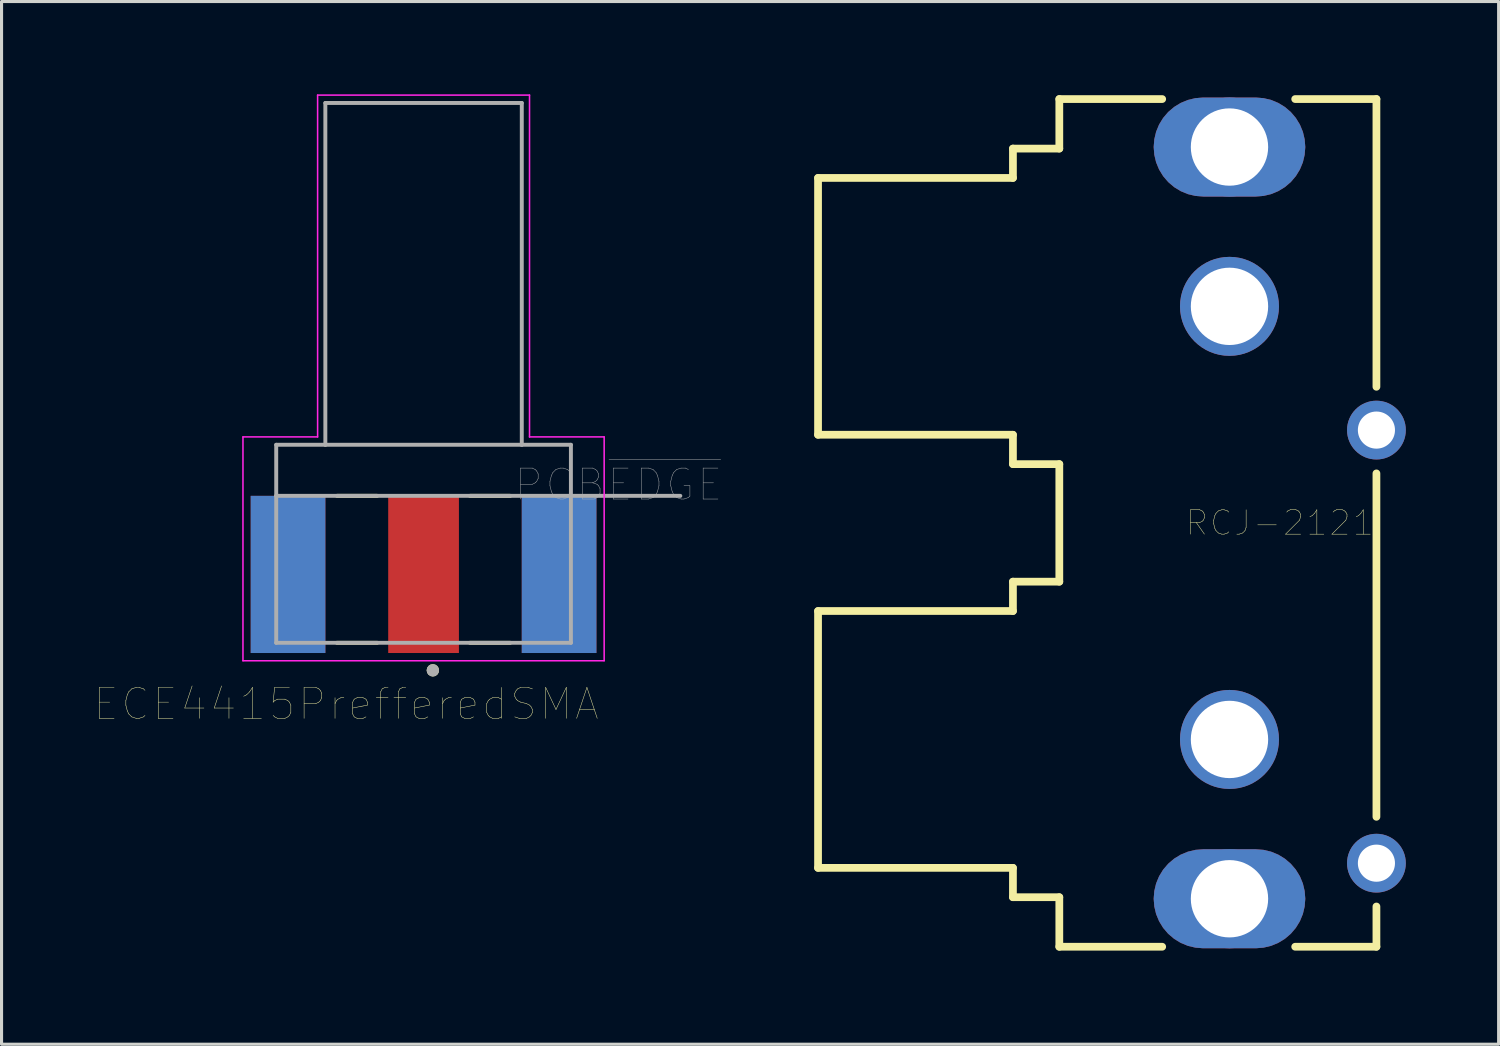
<source format=kicad_pcb>
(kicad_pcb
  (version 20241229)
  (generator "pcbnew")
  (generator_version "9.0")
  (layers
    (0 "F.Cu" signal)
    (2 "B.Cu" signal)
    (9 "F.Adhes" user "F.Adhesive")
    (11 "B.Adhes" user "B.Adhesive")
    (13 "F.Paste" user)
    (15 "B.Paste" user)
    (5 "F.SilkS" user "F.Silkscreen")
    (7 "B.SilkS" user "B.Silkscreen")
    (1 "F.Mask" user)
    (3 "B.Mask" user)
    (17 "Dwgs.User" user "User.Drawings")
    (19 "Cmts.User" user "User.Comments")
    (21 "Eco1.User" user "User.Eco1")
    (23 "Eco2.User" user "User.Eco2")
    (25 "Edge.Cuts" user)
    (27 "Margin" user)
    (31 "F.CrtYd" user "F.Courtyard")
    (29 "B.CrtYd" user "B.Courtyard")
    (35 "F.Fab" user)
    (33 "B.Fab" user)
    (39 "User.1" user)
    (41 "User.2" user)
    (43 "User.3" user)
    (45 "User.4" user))
  (footprint "ECE4415PrefferedSMA"
    (layer "F.Cu")
    (at 10.642 15.519)
    (property "Reference" "ECE4415PrefferedSMA" (at -2.505 4.19 0) (layer "F.SilkS") (effects (font (size 1 1) (thickness 0.015))))
    (attr through_hole)
    (fp_line (start -2.8 -2.54) (end -1.5 -2.54) (stroke (width 0.127) (type solid)) (layer "F.SilkS"))
    (fp_line (start -2.8 2.21) (end -1.5 2.21) (stroke (width 0.127) (type solid)) (layer "F.SilkS"))
    (fp_line (start 1.5 -2.54) (end 2.8 -2.54) (stroke (width 0.127) (type solid)) (layer "F.SilkS"))
    (fp_line (start 1.5 2.21) (end 2.8 2.21) (stroke (width 0.127) (type solid)) (layer "F.SilkS"))
    (fp_circle (center 0.3 3.1) (end 0.4 3.1) (stroke (width 0.2) (type solid)) (fill no) (layer "F.SilkS"))
    (fp_line (start -5.838 -4.445) (end -3.425 -4.445) (stroke (width 0.05) (type solid)) (layer "F.CrtYd"))
    (fp_line (start -5.838 2.79) (end -5.838 -4.445) (stroke (width 0.05) (type solid)) (layer "F.CrtYd"))
    (fp_line (start -3.425 -15.494) (end 3.425 -15.494) (stroke (width 0.05) (type solid)) (layer "F.CrtYd"))
    (fp_line (start -3.425 -4.445) (end -3.425 -15.494) (stroke (width 0.05) (type solid)) (layer "F.CrtYd"))
    (fp_line (start 3.425 -15.494) (end 3.425 -4.445) (stroke (width 0.05) (type solid)) (layer "F.CrtYd"))
    (fp_line (start 3.425 -4.445) (end 5.838 -4.445) (stroke (width 0.05) (type solid)) (layer "F.CrtYd"))
    (fp_line (start 5.838 -4.445) (end 5.838 2.79) (stroke (width 0.05) (type solid)) (layer "F.CrtYd"))
    (fp_line (start 5.838 2.79) (end -5.838 2.79) (stroke (width 0.05) (type solid)) (layer "F.CrtYd"))
    (fp_line (start -4.763 -4.191) (end -4.763 -2.54) (stroke (width 0.127) (type solid)) (layer "F.Fab"))
    (fp_line (start -4.763 -4.191) (end -3.175 -4.191) (stroke (width 0.127) (type solid)) (layer "F.Fab"))
    (fp_line (start -4.763 -2.54) (end 4.763 -2.54) (stroke (width 0.127) (type solid)) (layer "F.Fab"))
    (fp_line (start -4.763 2.21) (end -4.763 -2.54) (stroke (width 0.127) (type solid)) (layer "F.Fab"))
    (fp_line (start -3.175 -15.24) (end 3.175 -15.24) (stroke (width 0.127) (type solid)) (layer "F.Fab"))
    (fp_line (start -3.175 -4.191) (end -3.175 -15.24) (stroke (width 0.127) (type solid)) (layer "F.Fab"))
    (fp_line (start -3.175 -4.191) (end 3.175 -4.191) (stroke (width 0.127) (type solid)) (layer "F.Fab"))
    (fp_line (start 3.175 -15.24) (end 3.175 -4.191) (stroke (width 0.127) (type solid)) (layer "F.Fab"))
    (fp_line (start 3.175 -4.191) (end 4.763 -4.191) (stroke (width 0.127) (type solid)) (layer "F.Fab"))
    (fp_line (start 4.763 -4.191) (end 4.763 -2.54) (stroke (width 0.127) (type solid)) (layer "F.Fab"))
    (fp_line (start 4.763 -2.54) (end 4.763 2.21) (stroke (width 0.127) (type solid)) (layer "F.Fab"))
    (fp_line (start 4.763 2.21) (end -4.763 2.21) (stroke (width 0.127) (type solid)) (layer "F.Fab"))
    (fp_line (start 4.8 -2.54) (end 8.3 -2.54) (stroke (width 0.127) (type solid)) (layer "F.Fab"))
    (fp_circle (center 0.3 3.1) (end 0.4 3.1) (stroke (width 0.2) (type solid)) (fill no) (layer "F.Fab"))
    (fp_text user "PCB~{EDGE}" (at 6.3 -2.9 0) (layer "F.Fab") (effects (font (size 1 1) (thickness 0.015))))
    (pad "1" smd rect (at 0 0) (size 2.286 5.08) (layers "F.Cu" "F.Mask" "F.Paste"))
    (pad "S1" smd rect (at -4.381 0) (size 2.413 5.08) (layers "F.Cu" "F.Mask" "F.Paste"))
    (pad "S2" smd rect (at 4.381 0) (size 2.413 5.08) (layers "F.Cu" "F.Mask" "F.Paste"))
    (pad "S3" smd rect (at -4.381 0) (size 2.413 5.08) (layers "B.Cu" "B.Mask" "B.Paste"))
    (pad "S4" smd rect (at 4.381 0) (size 2.413 5.08) (layers "B.Cu" "B.Mask" "B.Paste")))
  (footprint "RCJ-2121"
    (layer "F.Cu")
    (at 38.319 13.853)
    (property "Reference" "RCJ-2121" (at 0 0 0) (layer "F.SilkS") (effects (font (size 0.787 0.787) (thickness 0.015))))
    (attr through_hole)
    (fp_poly (pts (xy -2.475 -13.749) (xy -2.725 -13.729) (xy -2.969 -13.671) (xy -3.201 -13.575) (xy -3.415 -13.444) (xy -3.606 -13.281) (xy -3.769 -13.09) (xy -3.9 -12.876) (xy -3.996 -12.644) (xy -4.054 -12.4) (xy -4.074 -12.15) (xy -4.054 -11.9) (xy -3.996 -11.656) (xy -3.9 -11.424) (xy -3.769 -11.21) (xy -3.606 -11.019) (xy -3.415 -10.856) (xy -3.201 -10.725) (xy -2.969 -10.629) (xy -2.725 -10.571) (xy -2.475 -10.551) (xy -0.775 -10.551) (xy -0.525 -10.571) (xy -0.281 -10.629) (xy -0.049 -10.725) (xy 0.165 -10.856) (xy 0.356 -11.019) (xy 0.519 -11.21) (xy 0.65 -11.424) (xy 0.746 -11.656) (xy 0.804 -11.9) (xy 0.824 -12.15) (xy 0.804 -12.4) (xy 0.746 -12.644) (xy 0.65 -12.876) (xy 0.519 -13.09) (xy 0.356 -13.281) (xy 0.165 -13.444) (xy -0.049 -13.575) (xy -0.281 -13.671) (xy -0.525 -13.729) (xy -0.775 -13.749)) (stroke (width 0.002) (type solid)) (fill yes) (layer "F.Cu"))
    (fp_poly (pts (xy -2.475 10.551) (xy -2.725 10.571) (xy -2.969 10.629) (xy -3.201 10.725) (xy -3.415 10.856) (xy -3.606 11.019) (xy -3.769 11.21) (xy -3.9 11.424) (xy -3.996 11.656) (xy -4.054 11.9) (xy -4.074 12.15) (xy -4.054 12.4) (xy -3.996 12.644) (xy -3.9 12.876) (xy -3.769 13.09) (xy -3.606 13.281) (xy -3.415 13.444) (xy -3.201 13.575) (xy -2.969 13.671) (xy -2.725 13.729) (xy -2.475 13.749) (xy -0.775 13.749) (xy -0.525 13.729) (xy -0.281 13.671) (xy -0.049 13.575) (xy 0.165 13.444) (xy 0.356 13.281) (xy 0.519 13.09) (xy 0.65 12.876) (xy 0.746 12.644) (xy 0.804 12.4) (xy 0.824 12.15) (xy 0.804 11.9) (xy 0.746 11.656) (xy 0.65 11.424) (xy 0.519 11.21) (xy 0.356 11.019) (xy 0.165 10.856) (xy -0.049 10.725) (xy -0.281 10.629) (xy -0.525 10.571) (xy -0.775 10.551)) (stroke (width 0.002) (type solid)) (fill yes) (layer "F.Cu"))
    (fp_poly (pts (xy -2.475 -13.852) (xy -2.741 -13.831) (xy -3.001 -13.768) (xy -3.248 -13.666) (xy -3.475 -13.527) (xy -3.678 -13.353) (xy -3.852 -13.15) (xy -3.991 -12.923) (xy -4.093 -12.676) (xy -4.156 -12.416) (xy -4.177 -12.15) (xy -4.156 -11.884) (xy -4.093 -11.624) (xy -3.991 -11.377) (xy -3.852 -11.15) (xy -3.678 -10.947) (xy -3.475 -10.773) (xy -3.248 -10.634) (xy -3.001 -10.532) (xy -2.741 -10.469) (xy -2.475 -10.448) (xy -0.775 -10.448) (xy -0.509 -10.469) (xy -0.249 -10.532) (xy -0.002 -10.634) (xy 0.225 -10.773) (xy 0.428 -10.947) (xy 0.602 -11.15) (xy 0.741 -11.377) (xy 0.843 -11.624) (xy 0.906 -11.884) (xy 0.927 -12.15) (xy 0.906 -12.416) (xy 0.843 -12.676) (xy 0.741 -12.923) (xy 0.602 -13.15) (xy 0.428 -13.353) (xy 0.225 -13.527) (xy -0.002 -13.666) (xy -0.249 -13.768) (xy -0.509 -13.831) (xy -0.775 -13.852)) (stroke (width 0.002) (type solid)) (fill yes) (layer "F.Mask"))
    (fp_poly (pts (xy -2.475 10.448) (xy -2.741 10.469) (xy -3.001 10.532) (xy -3.248 10.634) (xy -3.475 10.773) (xy -3.678 10.947) (xy -3.852 11.15) (xy -3.991 11.377) (xy -4.093 11.624) (xy -4.156 11.884) (xy -4.177 12.15) (xy -4.156 12.416) (xy -4.093 12.676) (xy -3.991 12.923) (xy -3.852 13.15) (xy -3.678 13.353) (xy -3.475 13.527) (xy -3.248 13.666) (xy -3.001 13.768) (xy -2.741 13.831) (xy -2.475 13.852) (xy -0.775 13.852) (xy -0.509 13.831) (xy -0.249 13.768) (xy -0.002 13.666) (xy 0.225 13.527) (xy 0.428 13.353) (xy 0.602 13.15) (xy 0.741 12.923) (xy 0.843 12.676) (xy 0.906 12.416) (xy 0.927 12.15) (xy 0.906 11.884) (xy 0.843 11.624) (xy 0.741 11.377) (xy 0.602 11.15) (xy 0.428 10.947) (xy 0.225 10.773) (xy -0.002 10.634) (xy -0.249 10.532) (xy -0.509 10.469) (xy -0.775 10.448)) (stroke (width 0.002) (type solid)) (fill yes) (layer "F.Mask"))
    (fp_poly (pts (xy -2.475 -13.749) (xy -2.725 -13.729) (xy -2.969 -13.671) (xy -3.201 -13.575) (xy -3.415 -13.444) (xy -3.606 -13.281) (xy -3.769 -13.09) (xy -3.9 -12.876) (xy -3.996 -12.644) (xy -4.054 -12.4) (xy -4.074 -12.15) (xy -4.054 -11.9) (xy -3.996 -11.656) (xy -3.9 -11.424) (xy -3.769 -11.21) (xy -3.606 -11.019) (xy -3.415 -10.856) (xy -3.201 -10.725) (xy -2.969 -10.629) (xy -2.725 -10.571) (xy -2.475 -10.551) (xy -0.775 -10.551) (xy -0.525 -10.571) (xy -0.281 -10.629) (xy -0.049 -10.725) (xy 0.165 -10.856) (xy 0.356 -11.019) (xy 0.519 -11.21) (xy 0.65 -11.424) (xy 0.746 -11.656) (xy 0.804 -11.9) (xy 0.824 -12.15) (xy 0.804 -12.4) (xy 0.746 -12.644) (xy 0.65 -12.876) (xy 0.519 -13.09) (xy 0.356 -13.281) (xy 0.165 -13.444) (xy -0.049 -13.575) (xy -0.281 -13.671) (xy -0.525 -13.729) (xy -0.775 -13.749)) (stroke (width 0.002) (type solid)) (fill yes) (layer "B.Cu"))
    (fp_poly (pts (xy -2.475 10.551) (xy -2.725 10.571) (xy -2.969 10.629) (xy -3.201 10.725) (xy -3.415 10.856) (xy -3.606 11.019) (xy -3.769 11.21) (xy -3.9 11.424) (xy -3.996 11.656) (xy -4.054 11.9) (xy -4.074 12.15) (xy -4.054 12.4) (xy -3.996 12.644) (xy -3.9 12.876) (xy -3.769 13.09) (xy -3.606 13.281) (xy -3.415 13.444) (xy -3.201 13.575) (xy -2.969 13.671) (xy -2.725 13.729) (xy -2.475 13.749) (xy -0.775 13.749) (xy -0.525 13.729) (xy -0.281 13.671) (xy -0.049 13.575) (xy 0.165 13.444) (xy 0.356 13.281) (xy 0.519 13.09) (xy 0.65 12.876) (xy 0.746 12.644) (xy 0.804 12.4) (xy 0.824 12.15) (xy 0.804 11.9) (xy 0.746 11.656) (xy 0.65 11.424) (xy 0.519 11.21) (xy 0.356 11.019) (xy 0.165 10.856) (xy -0.049 10.725) (xy -0.281 10.629) (xy -0.525 10.571) (xy -0.775 10.551)) (stroke (width 0.002) (type solid)) (fill yes) (layer "B.Cu"))
    (fp_poly (pts (xy -2.475 -13.852) (xy -2.741 -13.831) (xy -3.001 -13.768) (xy -3.248 -13.666) (xy -3.475 -13.527) (xy -3.678 -13.353) (xy -3.852 -13.15) (xy -3.991 -12.923) (xy -4.093 -12.676) (xy -4.156 -12.416) (xy -4.177 -12.15) (xy -4.156 -11.884) (xy -4.093 -11.624) (xy -3.991 -11.377) (xy -3.852 -11.15) (xy -3.678 -10.947) (xy -3.475 -10.773) (xy -3.248 -10.634) (xy -3.001 -10.532) (xy -2.741 -10.469) (xy -2.475 -10.448) (xy -0.775 -10.448) (xy -0.509 -10.469) (xy -0.249 -10.532) (xy -0.002 -10.634) (xy 0.225 -10.773) (xy 0.428 -10.947) (xy 0.602 -11.15) (xy 0.741 -11.377) (xy 0.843 -11.624) (xy 0.906 -11.884) (xy 0.927 -12.15) (xy 0.906 -12.416) (xy 0.843 -12.676) (xy 0.741 -12.923) (xy 0.602 -13.15) (xy 0.428 -13.353) (xy 0.225 -13.527) (xy -0.002 -13.666) (xy -0.249 -13.768) (xy -0.509 -13.831) (xy -0.775 -13.852)) (stroke (width 0.002) (type solid)) (fill yes) (layer "B.Mask"))
    (fp_poly (pts (xy -2.475 10.448) (xy -2.741 10.469) (xy -3.001 10.532) (xy -3.248 10.634) (xy -3.475 10.773) (xy -3.678 10.947) (xy -3.852 11.15) (xy -3.991 11.377) (xy -4.093 11.624) (xy -4.156 11.884) (xy -4.177 12.15) (xy -4.156 12.416) (xy -4.093 12.676) (xy -3.991 12.923) (xy -3.852 13.15) (xy -3.678 13.353) (xy -3.475 13.527) (xy -3.248 13.666) (xy -3.001 13.768) (xy -2.741 13.831) (xy -2.475 13.852) (xy -0.775 13.852) (xy -0.509 13.831) (xy -0.249 13.768) (xy -0.002 13.666) (xy 0.225 13.527) (xy 0.428 13.353) (xy 0.602 13.15) (xy 0.741 12.923) (xy 0.843 12.676) (xy 0.906 12.416) (xy 0.927 12.15) (xy 0.906 11.884) (xy 0.843 11.624) (xy 0.741 11.377) (xy 0.602 11.15) (xy 0.428 10.947) (xy 0.225 10.773) (xy -0.002 10.634) (xy -0.249 10.532) (xy -0.509 10.469) (xy -0.775 10.448)) (stroke (width 0.002) (type solid)) (fill yes) (layer "B.Mask"))
    (fp_line (start -14.925 -11.151) (end -8.625 -11.151) (stroke (width 0.25) (type solid)) (layer "F.SilkS"))
    (fp_line (start -14.925 -2.849) (end -14.925 -11.151) (stroke (width 0.25) (type solid)) (layer "F.SilkS"))
    (fp_line (start -14.925 -2.849) (end -8.625 -2.849) (stroke (width 0.25) (type solid)) (layer "F.SilkS"))
    (fp_line (start -14.925 2.849) (end -8.625 2.849) (stroke (width 0.25) (type solid)) (layer "F.SilkS"))
    (fp_line (start -14.925 11.151) (end -14.925 2.849) (stroke (width 0.25) (type solid)) (layer "F.SilkS"))
    (fp_line (start -14.925 11.151) (end -8.625 11.151) (stroke (width 0.25) (type solid)) (layer "F.SilkS"))
    (fp_line (start -8.625 -12.1) (end -7.126 -12.1) (stroke (width 0.25) (type solid)) (layer "F.SilkS"))
    (fp_line (start -8.625 -11.151) (end -8.625 -12.1) (stroke (width 0.25) (type solid)) (layer "F.SilkS"))
    (fp_line (start -8.625 -2.849) (end -8.625 -1.9) (stroke (width 0.25) (type solid)) (layer "F.SilkS"))
    (fp_line (start -8.625 -1.9) (end -7.126 -1.9) (stroke (width 0.25) (type solid)) (layer "F.SilkS"))
    (fp_line (start -8.625 1.9) (end -7.126 1.9) (stroke (width 0.25) (type solid)) (layer "F.SilkS"))
    (fp_line (start -8.625 2.849) (end -8.625 1.9) (stroke (width 0.25) (type solid)) (layer "F.SilkS"))
    (fp_line (start -8.625 11.151) (end -8.625 12.1) (stroke (width 0.25) (type solid)) (layer "F.SilkS"))
    (fp_line (start -8.625 12.1) (end -7.126 12.1) (stroke (width 0.25) (type solid)) (layer "F.SilkS"))
    (fp_line (start -7.126 -12.1) (end -7.126 -13.701) (stroke (width 0.25) (type solid)) (layer "F.SilkS"))
    (fp_line (start -7.126 1.9) (end -7.126 -1.9) (stroke (width 0.25) (type solid)) (layer "F.SilkS"))
    (fp_line (start -7.126 13.701) (end -7.126 12.1) (stroke (width 0.25) (type solid)) (layer "F.SilkS"))
    (fp_line (start -3.8 -13.701) (end -7.126 -13.701) (stroke (width 0.25) (type solid)) (layer "F.SilkS"))
    (fp_line (start -3.8 13.701) (end -7.126 13.701) (stroke (width 0.25) (type solid)) (layer "F.SilkS"))
    (fp_line (start 0.499 -13.701) (end 3.125 -13.701) (stroke (width 0.25) (type solid)) (layer "F.SilkS"))
    (fp_line (start 0.499 13.701) (end 3.125 13.701) (stroke (width 0.25) (type solid)) (layer "F.SilkS"))
    (fp_line (start 3.125 -4.4) (end 3.125 -13.701) (stroke (width 0.25) (type solid)) (layer "F.SilkS"))
    (fp_line (start 3.125 9.501) (end 3.125 -1.6) (stroke (width 0.25) (type solid)) (layer "F.SilkS"))
    (fp_line (start 3.125 13.701) (end 3.125 12.4) (stroke (width 0.25) (type solid)) (layer "F.SilkS"))
    (pad "1" thru_hole circle (at -1.625 -7) (size 3.2 3.2) (drill 2.5) (layers "*.Cu" "*.Mask"))
    (pad "2" thru_hole circle (at 3.125 -3) (size 1.9 1.9) (drill 1.2) (layers "*.Cu" "*.Mask"))
    (pad "3" thru_hole circle (at -1.625 7) (size 3.2 3.2) (drill 2.5) (layers "*.Cu" "*.Mask"))
    (pad "4" thru_hole circle (at 3.125 11) (size 1.9 1.9) (drill 1.2) (layers "*.Cu" "*.Mask"))
    (pad "5" thru_hole circle (at -1.625 12.15) (size 3.2 3.2) (drill 2.5) (layers "*.Cu"))
    (pad "6" thru_hole circle (at -1.625 -12.15) (size 3.2 3.2) (drill 2.5) (layers "*.Cu")))
  (gr_rect
    (start -3 -3)
    (end 45.394 30.706)
    (stroke (width 0.1) (type default))
    (fill no)
    (layer "Edge.Cuts")))
</source>
